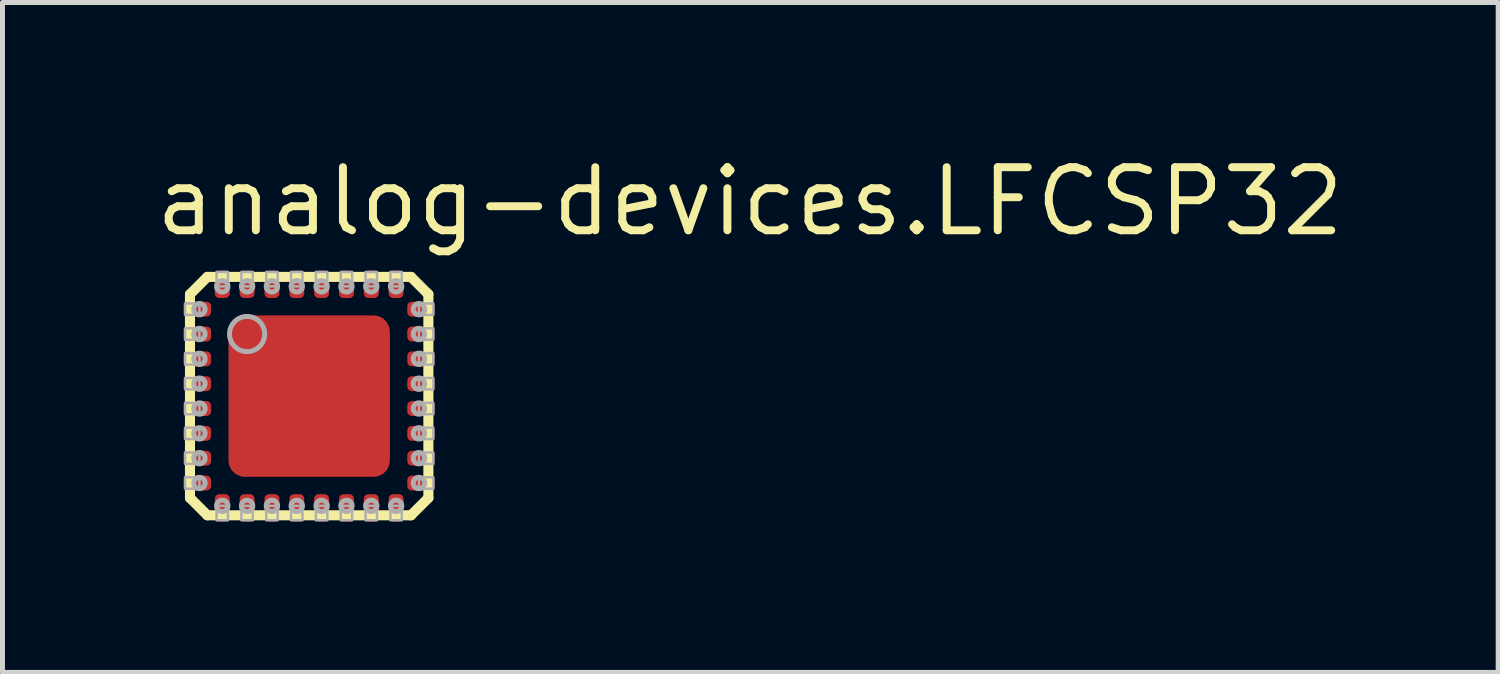
<source format=kicad_pcb>
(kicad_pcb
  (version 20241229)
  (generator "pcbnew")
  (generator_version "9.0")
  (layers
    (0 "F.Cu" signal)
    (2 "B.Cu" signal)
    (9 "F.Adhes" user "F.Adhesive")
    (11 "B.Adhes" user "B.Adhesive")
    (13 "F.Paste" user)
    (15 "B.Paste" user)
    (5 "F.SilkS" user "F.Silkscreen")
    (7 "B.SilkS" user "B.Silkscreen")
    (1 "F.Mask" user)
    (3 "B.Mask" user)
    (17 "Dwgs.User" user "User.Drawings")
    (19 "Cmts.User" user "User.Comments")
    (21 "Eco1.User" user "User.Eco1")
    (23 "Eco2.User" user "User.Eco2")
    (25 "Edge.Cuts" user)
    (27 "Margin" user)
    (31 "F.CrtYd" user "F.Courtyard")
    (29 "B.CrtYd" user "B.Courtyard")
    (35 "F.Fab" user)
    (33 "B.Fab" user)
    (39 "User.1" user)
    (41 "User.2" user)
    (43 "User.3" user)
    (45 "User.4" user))
  (footprint "analog-devices.LFCSP32"
    (layer "F.Cu")
    (at 3.175 4.925)
    (property "Reference" "analog-devices.LFCSP32" (at -3.175 -3.175 0) (layer "F.SilkS") (effects (font (size 1.27 1.27) (thickness 0.16)) (justify left bottom)))
    (attr smd)
    (fp_line (start -2.513 -1.887) (end -1.988 -1.887) (stroke (width 0.102) (type default)) (layer "F.Mask"))
    (fp_line (start -2.513 -1.613) (end -2.513 -1.887) (stroke (width 0.102) (type default)) (layer "F.Mask"))
    (fp_line (start -2.513 -1.387) (end -1.988 -1.387) (stroke (width 0.102) (type default)) (layer "F.Mask"))
    (fp_line (start -2.513 -1.113) (end -2.513 -1.387) (stroke (width 0.102) (type default)) (layer "F.Mask"))
    (fp_line (start -2.513 -0.887) (end -1.988 -0.887) (stroke (width 0.102) (type default)) (layer "F.Mask"))
    (fp_line (start -2.513 -0.613) (end -2.513 -0.887) (stroke (width 0.102) (type default)) (layer "F.Mask"))
    (fp_line (start -2.513 -0.388) (end -1.988 -0.388) (stroke (width 0.102) (type default)) (layer "F.Mask"))
    (fp_line (start -2.513 -0.113) (end -2.513 -0.388) (stroke (width 0.102) (type default)) (layer "F.Mask"))
    (fp_line (start -2.513 0.113) (end -1.988 0.113) (stroke (width 0.102) (type default)) (layer "F.Mask"))
    (fp_line (start -2.513 0.388) (end -2.513 0.113) (stroke (width 0.102) (type default)) (layer "F.Mask"))
    (fp_line (start -2.513 0.613) (end -1.988 0.613) (stroke (width 0.102) (type default)) (layer "F.Mask"))
    (fp_line (start -2.513 0.887) (end -2.513 0.613) (stroke (width 0.102) (type default)) (layer "F.Mask"))
    (fp_line (start -2.513 1.113) (end -1.988 1.113) (stroke (width 0.102) (type default)) (layer "F.Mask"))
    (fp_line (start -2.513 1.387) (end -2.513 1.113) (stroke (width 0.102) (type default)) (layer "F.Mask"))
    (fp_line (start -2.513 1.613) (end -1.988 1.613) (stroke (width 0.102) (type default)) (layer "F.Mask"))
    (fp_line (start -2.513 1.887) (end -2.513 1.613) (stroke (width 0.102) (type default)) (layer "F.Mask"))
    (fp_line (start -1.988 -1.887) (end -1.988 -1.613) (stroke (width 0.102) (type default)) (layer "F.Mask"))
    (fp_line (start -1.988 -1.613) (end -2.513 -1.613) (stroke (width 0.102) (type default)) (layer "F.Mask"))
    (fp_line (start -1.988 -1.387) (end -1.988 -1.113) (stroke (width 0.102) (type default)) (layer "F.Mask"))
    (fp_line (start -1.988 -1.113) (end -2.513 -1.113) (stroke (width 0.102) (type default)) (layer "F.Mask"))
    (fp_line (start -1.988 -0.887) (end -1.988 -0.613) (stroke (width 0.102) (type default)) (layer "F.Mask"))
    (fp_line (start -1.988 -0.613) (end -2.513 -0.613) (stroke (width 0.102) (type default)) (layer "F.Mask"))
    (fp_line (start -1.988 -0.388) (end -1.988 -0.113) (stroke (width 0.102) (type default)) (layer "F.Mask"))
    (fp_line (start -1.988 -0.113) (end -2.513 -0.113) (stroke (width 0.102) (type default)) (layer "F.Mask"))
    (fp_line (start -1.988 0.113) (end -1.988 0.388) (stroke (width 0.102) (type default)) (layer "F.Mask"))
    (fp_line (start -1.988 0.388) (end -2.513 0.388) (stroke (width 0.102) (type default)) (layer "F.Mask"))
    (fp_line (start -1.988 0.613) (end -1.988 0.887) (stroke (width 0.102) (type default)) (layer "F.Mask"))
    (fp_line (start -1.988 0.887) (end -2.513 0.887) (stroke (width 0.102) (type default)) (layer "F.Mask"))
    (fp_line (start -1.988 1.113) (end -1.988 1.387) (stroke (width 0.102) (type default)) (layer "F.Mask"))
    (fp_line (start -1.988 1.387) (end -2.513 1.387) (stroke (width 0.102) (type default)) (layer "F.Mask"))
    (fp_line (start -1.988 1.613) (end -1.988 1.887) (stroke (width 0.102) (type default)) (layer "F.Mask"))
    (fp_line (start -1.988 1.887) (end -2.513 1.887) (stroke (width 0.102) (type default)) (layer "F.Mask"))
    (fp_line (start -1.887 -2.513) (end -1.613 -2.513) (stroke (width 0.102) (type default)) (layer "F.Mask"))
    (fp_line (start -1.887 -1.988) (end -1.887 -2.513) (stroke (width 0.102) (type default)) (layer "F.Mask"))
    (fp_line (start -1.887 1.988) (end -1.613 1.988) (stroke (width 0.102) (type default)) (layer "F.Mask"))
    (fp_line (start -1.887 2.513) (end -1.887 1.988) (stroke (width 0.102) (type default)) (layer "F.Mask"))
    (fp_line (start -1.613 -2.513) (end -1.613 -1.988) (stroke (width 0.102) (type default)) (layer "F.Mask"))
    (fp_line (start -1.613 -1.988) (end -1.887 -1.988) (stroke (width 0.102) (type default)) (layer "F.Mask"))
    (fp_line (start -1.613 1.988) (end -1.613 2.513) (stroke (width 0.102) (type default)) (layer "F.Mask"))
    (fp_line (start -1.613 2.513) (end -1.887 2.513) (stroke (width 0.102) (type default)) (layer "F.Mask"))
    (fp_line (start -1.387 -2.513) (end -1.113 -2.513) (stroke (width 0.102) (type default)) (layer "F.Mask"))
    (fp_line (start -1.387 -1.988) (end -1.387 -2.513) (stroke (width 0.102) (type default)) (layer "F.Mask"))
    (fp_line (start -1.387 1.988) (end -1.113 1.988) (stroke (width 0.102) (type default)) (layer "F.Mask"))
    (fp_line (start -1.387 2.513) (end -1.387 1.988) (stroke (width 0.102) (type default)) (layer "F.Mask"))
    (fp_line (start -1.113 -2.513) (end -1.113 -1.988) (stroke (width 0.102) (type default)) (layer "F.Mask"))
    (fp_line (start -1.113 -1.988) (end -1.387 -1.988) (stroke (width 0.102) (type default)) (layer "F.Mask"))
    (fp_line (start -1.113 1.988) (end -1.113 2.513) (stroke (width 0.102) (type default)) (layer "F.Mask"))
    (fp_line (start -1.113 2.513) (end -1.387 2.513) (stroke (width 0.102) (type default)) (layer "F.Mask"))
    (fp_line (start -0.887 -2.513) (end -0.613 -2.513) (stroke (width 0.102) (type default)) (layer "F.Mask"))
    (fp_line (start -0.887 -1.988) (end -0.887 -2.513) (stroke (width 0.102) (type default)) (layer "F.Mask"))
    (fp_line (start -0.887 1.988) (end -0.613 1.988) (stroke (width 0.102) (type default)) (layer "F.Mask"))
    (fp_line (start -0.887 2.513) (end -0.887 1.988) (stroke (width 0.102) (type default)) (layer "F.Mask"))
    (fp_line (start -0.613 -2.513) (end -0.613 -1.988) (stroke (width 0.102) (type default)) (layer "F.Mask"))
    (fp_line (start -0.613 -1.988) (end -0.887 -1.988) (stroke (width 0.102) (type default)) (layer "F.Mask"))
    (fp_line (start -0.613 1.988) (end -0.613 2.513) (stroke (width 0.102) (type default)) (layer "F.Mask"))
    (fp_line (start -0.613 2.513) (end -0.887 2.513) (stroke (width 0.102) (type default)) (layer "F.Mask"))
    (fp_line (start -0.388 -2.513) (end -0.113 -2.513) (stroke (width 0.102) (type default)) (layer "F.Mask"))
    (fp_line (start -0.388 -1.988) (end -0.388 -2.513) (stroke (width 0.102) (type default)) (layer "F.Mask"))
    (fp_line (start -0.388 1.988) (end -0.113 1.988) (stroke (width 0.102) (type default)) (layer "F.Mask"))
    (fp_line (start -0.388 2.513) (end -0.388 1.988) (stroke (width 0.102) (type default)) (layer "F.Mask"))
    (fp_line (start -0.113 -2.513) (end -0.113 -1.988) (stroke (width 0.102) (type default)) (layer "F.Mask"))
    (fp_line (start -0.113 -1.988) (end -0.388 -1.988) (stroke (width 0.102) (type default)) (layer "F.Mask"))
    (fp_line (start -0.113 1.988) (end -0.113 2.513) (stroke (width 0.102) (type default)) (layer "F.Mask"))
    (fp_line (start -0.113 2.513) (end -0.388 2.513) (stroke (width 0.102) (type default)) (layer "F.Mask"))
    (fp_line (start 0.113 -2.513) (end 0.388 -2.513) (stroke (width 0.102) (type default)) (layer "F.Mask"))
    (fp_line (start 0.113 -1.988) (end 0.113 -2.513) (stroke (width 0.102) (type default)) (layer "F.Mask"))
    (fp_line (start 0.113 1.988) (end 0.388 1.988) (stroke (width 0.102) (type default)) (layer "F.Mask"))
    (fp_line (start 0.113 2.513) (end 0.113 1.988) (stroke (width 0.102) (type default)) (layer "F.Mask"))
    (fp_line (start 0.388 -2.513) (end 0.388 -1.988) (stroke (width 0.102) (type default)) (layer "F.Mask"))
    (fp_line (start 0.388 -1.988) (end 0.113 -1.988) (stroke (width 0.102) (type default)) (layer "F.Mask"))
    (fp_line (start 0.388 1.988) (end 0.388 2.513) (stroke (width 0.102) (type default)) (layer "F.Mask"))
    (fp_line (start 0.388 2.513) (end 0.113 2.513) (stroke (width 0.102) (type default)) (layer "F.Mask"))
    (fp_line (start 0.613 -2.513) (end 0.887 -2.513) (stroke (width 0.102) (type default)) (layer "F.Mask"))
    (fp_line (start 0.613 -1.988) (end 0.613 -2.513) (stroke (width 0.102) (type default)) (layer "F.Mask"))
    (fp_line (start 0.613 1.988) (end 0.887 1.988) (stroke (width 0.102) (type default)) (layer "F.Mask"))
    (fp_line (start 0.613 2.513) (end 0.613 1.988) (stroke (width 0.102) (type default)) (layer "F.Mask"))
    (fp_line (start 0.887 -2.513) (end 0.887 -1.988) (stroke (width 0.102) (type default)) (layer "F.Mask"))
    (fp_line (start 0.887 -1.988) (end 0.613 -1.988) (stroke (width 0.102) (type default)) (layer "F.Mask"))
    (fp_line (start 0.887 1.988) (end 0.887 2.513) (stroke (width 0.102) (type default)) (layer "F.Mask"))
    (fp_line (start 0.887 2.513) (end 0.613 2.513) (stroke (width 0.102) (type default)) (layer "F.Mask"))
    (fp_line (start 1.113 -2.513) (end 1.387 -2.513) (stroke (width 0.102) (type default)) (layer "F.Mask"))
    (fp_line (start 1.113 -1.988) (end 1.113 -2.513) (stroke (width 0.102) (type default)) (layer "F.Mask"))
    (fp_line (start 1.113 1.988) (end 1.387 1.988) (stroke (width 0.102) (type default)) (layer "F.Mask"))
    (fp_line (start 1.113 2.513) (end 1.113 1.988) (stroke (width 0.102) (type default)) (layer "F.Mask"))
    (fp_line (start 1.387 -2.513) (end 1.387 -1.988) (stroke (width 0.102) (type default)) (layer "F.Mask"))
    (fp_line (start 1.387 -1.988) (end 1.113 -1.988) (stroke (width 0.102) (type default)) (layer "F.Mask"))
    (fp_line (start 1.387 1.988) (end 1.387 2.513) (stroke (width 0.102) (type default)) (layer "F.Mask"))
    (fp_line (start 1.387 2.513) (end 1.113 2.513) (stroke (width 0.102) (type default)) (layer "F.Mask"))
    (fp_line (start 1.613 -2.513) (end 1.887 -2.513) (stroke (width 0.102) (type default)) (layer "F.Mask"))
    (fp_line (start 1.613 -1.988) (end 1.613 -2.513) (stroke (width 0.102) (type default)) (layer "F.Mask"))
    (fp_line (start 1.613 1.988) (end 1.887 1.988) (stroke (width 0.102) (type default)) (layer "F.Mask"))
    (fp_line (start 1.613 2.513) (end 1.613 1.988) (stroke (width 0.102) (type default)) (layer "F.Mask"))
    (fp_line (start 1.887 -2.513) (end 1.887 -1.988) (stroke (width 0.102) (type default)) (layer "F.Mask"))
    (fp_line (start 1.887 -1.988) (end 1.613 -1.988) (stroke (width 0.102) (type default)) (layer "F.Mask"))
    (fp_line (start 1.887 1.988) (end 1.887 2.513) (stroke (width 0.102) (type default)) (layer "F.Mask"))
    (fp_line (start 1.887 2.513) (end 1.613 2.513) (stroke (width 0.102) (type default)) (layer "F.Mask"))
    (fp_line (start 1.988 -1.887) (end 2.513 -1.887) (stroke (width 0.102) (type default)) (layer "F.Mask"))
    (fp_line (start 1.988 -1.613) (end 1.988 -1.887) (stroke (width 0.102) (type default)) (layer "F.Mask"))
    (fp_line (start 1.988 -1.387) (end 2.513 -1.387) (stroke (width 0.102) (type default)) (layer "F.Mask"))
    (fp_line (start 1.988 -1.113) (end 1.988 -1.387) (stroke (width 0.102) (type default)) (layer "F.Mask"))
    (fp_line (start 1.988 -0.887) (end 2.513 -0.887) (stroke (width 0.102) (type default)) (layer "F.Mask"))
    (fp_line (start 1.988 -0.613) (end 1.988 -0.887) (stroke (width 0.102) (type default)) (layer "F.Mask"))
    (fp_line (start 1.988 -0.388) (end 2.513 -0.388) (stroke (width 0.102) (type default)) (layer "F.Mask"))
    (fp_line (start 1.988 -0.113) (end 1.988 -0.388) (stroke (width 0.102) (type default)) (layer "F.Mask"))
    (fp_line (start 1.988 0.113) (end 2.513 0.113) (stroke (width 0.102) (type default)) (layer "F.Mask"))
    (fp_line (start 1.988 0.388) (end 1.988 0.113) (stroke (width 0.102) (type default)) (layer "F.Mask"))
    (fp_line (start 1.988 0.613) (end 2.513 0.613) (stroke (width 0.102) (type default)) (layer "F.Mask"))
    (fp_line (start 1.988 0.887) (end 1.988 0.613) (stroke (width 0.102) (type default)) (layer "F.Mask"))
    (fp_line (start 1.988 1.113) (end 2.513 1.113) (stroke (width 0.102) (type default)) (layer "F.Mask"))
    (fp_line (start 1.988 1.387) (end 1.988 1.113) (stroke (width 0.102) (type default)) (layer "F.Mask"))
    (fp_line (start 1.988 1.613) (end 2.513 1.613) (stroke (width 0.102) (type default)) (layer "F.Mask"))
    (fp_line (start 1.988 1.887) (end 1.988 1.613) (stroke (width 0.102) (type default)) (layer "F.Mask"))
    (fp_line (start 2.513 -1.887) (end 2.513 -1.613) (stroke (width 0.102) (type default)) (layer "F.Mask"))
    (fp_line (start 2.513 -1.613) (end 1.988 -1.613) (stroke (width 0.102) (type default)) (layer "F.Mask"))
    (fp_line (start 2.513 -1.387) (end 2.513 -1.113) (stroke (width 0.102) (type default)) (layer "F.Mask"))
    (fp_line (start 2.513 -1.113) (end 1.988 -1.113) (stroke (width 0.102) (type default)) (layer "F.Mask"))
    (fp_line (start 2.513 -0.887) (end 2.513 -0.613) (stroke (width 0.102) (type default)) (layer "F.Mask"))
    (fp_line (start 2.513 -0.613) (end 1.988 -0.613) (stroke (width 0.102) (type default)) (layer "F.Mask"))
    (fp_line (start 2.513 -0.388) (end 2.513 -0.113) (stroke (width 0.102) (type default)) (layer "F.Mask"))
    (fp_line (start 2.513 -0.113) (end 1.988 -0.113) (stroke (width 0.102) (type default)) (layer "F.Mask"))
    (fp_line (start 2.513 0.113) (end 2.513 0.388) (stroke (width 0.102) (type default)) (layer "F.Mask"))
    (fp_line (start 2.513 0.388) (end 1.988 0.388) (stroke (width 0.102) (type default)) (layer "F.Mask"))
    (fp_line (start 2.513 0.613) (end 2.513 0.887) (stroke (width 0.102) (type default)) (layer "F.Mask"))
    (fp_line (start 2.513 0.887) (end 1.988 0.887) (stroke (width 0.102) (type default)) (layer "F.Mask"))
    (fp_line (start 2.513 1.113) (end 2.513 1.387) (stroke (width 0.102) (type default)) (layer "F.Mask"))
    (fp_line (start 2.513 1.387) (end 1.988 1.387) (stroke (width 0.102) (type default)) (layer "F.Mask"))
    (fp_line (start 2.513 1.613) (end 2.513 1.887) (stroke (width 0.102) (type default)) (layer "F.Mask"))
    (fp_line (start 2.513 1.887) (end 1.988 1.887) (stroke (width 0.102) (type default)) (layer "F.Mask"))
    (fp_rect (start -2.525 -1.6) (end -1.975 -1.9) (stroke (width 0.05) (type default)) (fill yes) (layer "F.Mask"))
    (fp_rect (start -2.525 -1.1) (end -1.975 -1.4) (stroke (width 0.05) (type default)) (fill yes) (layer "F.Mask"))
    (fp_rect (start -2.525 -0.6) (end -1.975 -0.9) (stroke (width 0.05) (type default)) (fill yes) (layer "F.Mask"))
    (fp_rect (start -2.525 -0.1) (end -1.975 -0.4) (stroke (width 0.05) (type default)) (fill yes) (layer "F.Mask"))
    (fp_rect (start -2.525 0.4) (end -1.975 0.1) (stroke (width 0.05) (type default)) (fill yes) (layer "F.Mask"))
    (fp_rect (start -2.525 0.9) (end -1.975 0.6) (stroke (width 0.05) (type default)) (fill yes) (layer "F.Mask"))
    (fp_rect (start -2.525 1.4) (end -1.975 1.1) (stroke (width 0.05) (type default)) (fill yes) (layer "F.Mask"))
    (fp_rect (start -2.525 1.9) (end -1.975 1.6) (stroke (width 0.05) (type default)) (fill yes) (layer "F.Mask"))
    (fp_rect (start -1.9 -1.975) (end -1.6 -2.525) (stroke (width 0.05) (type default)) (fill yes) (layer "F.Mask"))
    (fp_rect (start -1.9 2.525) (end -1.6 1.975) (stroke (width 0.05) (type default)) (fill yes) (layer "F.Mask"))
    (fp_rect (start -1.6 1.6) (end 1.6 -1.6) (stroke (width 0.05) (type default)) (fill yes) (layer "F.Mask"))
    (fp_rect (start -1.4 -1.975) (end -1.1 -2.525) (stroke (width 0.05) (type default)) (fill yes) (layer "F.Mask"))
    (fp_rect (start -1.4 2.525) (end -1.1 1.975) (stroke (width 0.05) (type default)) (fill yes) (layer "F.Mask"))
    (fp_rect (start -0.9 -1.975) (end -0.6 -2.525) (stroke (width 0.05) (type default)) (fill yes) (layer "F.Mask"))
    (fp_rect (start -0.9 2.525) (end -0.6 1.975) (stroke (width 0.05) (type default)) (fill yes) (layer "F.Mask"))
    (fp_rect (start -0.4 -1.975) (end -0.1 -2.525) (stroke (width 0.05) (type default)) (fill yes) (layer "F.Mask"))
    (fp_rect (start -0.4 2.525) (end -0.1 1.975) (stroke (width 0.05) (type default)) (fill yes) (layer "F.Mask"))
    (fp_rect (start 0.1 -1.975) (end 0.4 -2.525) (stroke (width 0.05) (type default)) (fill yes) (layer "F.Mask"))
    (fp_rect (start 0.1 2.525) (end 0.4 1.975) (stroke (width 0.05) (type default)) (fill yes) (layer "F.Mask"))
    (fp_rect (start 0.6 -1.975) (end 0.9 -2.525) (stroke (width 0.05) (type default)) (fill yes) (layer "F.Mask"))
    (fp_rect (start 0.6 2.525) (end 0.9 1.975) (stroke (width 0.05) (type default)) (fill yes) (layer "F.Mask"))
    (fp_rect (start 1.1 -1.975) (end 1.4 -2.525) (stroke (width 0.05) (type default)) (fill yes) (layer "F.Mask"))
    (fp_rect (start 1.1 2.525) (end 1.4 1.975) (stroke (width 0.05) (type default)) (fill yes) (layer "F.Mask"))
    (fp_rect (start 1.6 -1.975) (end 1.9 -2.525) (stroke (width 0.05) (type default)) (fill yes) (layer "F.Mask"))
    (fp_rect (start 1.6 2.525) (end 1.9 1.975) (stroke (width 0.05) (type default)) (fill yes) (layer "F.Mask"))
    (fp_rect (start 1.975 -1.6) (end 2.525 -1.9) (stroke (width 0.05) (type default)) (fill yes) (layer "F.Mask"))
    (fp_rect (start 1.975 -1.1) (end 2.525 -1.4) (stroke (width 0.05) (type default)) (fill yes) (layer "F.Mask"))
    (fp_rect (start 1.975 -0.6) (end 2.525 -0.9) (stroke (width 0.05) (type default)) (fill yes) (layer "F.Mask"))
    (fp_rect (start 1.975 -0.1) (end 2.525 -0.4) (stroke (width 0.05) (type default)) (fill yes) (layer "F.Mask"))
    (fp_rect (start 1.975 0.4) (end 2.525 0.1) (stroke (width 0.05) (type default)) (fill yes) (layer "F.Mask"))
    (fp_rect (start 1.975 0.9) (end 2.525 0.6) (stroke (width 0.05) (type default)) (fill yes) (layer "F.Mask"))
    (fp_rect (start 1.975 1.4) (end 2.525 1.1) (stroke (width 0.05) (type default)) (fill yes) (layer "F.Mask"))
    (fp_rect (start 1.975 1.9) (end 2.525 1.6) (stroke (width 0.05) (type default)) (fill yes) (layer "F.Mask"))
    (fp_line (start -2.4 -2.05) (end -2.05 -2.4) (stroke (width 0.203) (type default)) (layer "F.SilkS"))
    (fp_line (start -2.4 2.05) (end -2.4 -2.05) (stroke (width 0.203) (type default)) (layer "F.SilkS"))
    (fp_line (start -2.05 -2.4) (end 2.05 -2.4) (stroke (width 0.203) (type default)) (layer "F.SilkS"))
    (fp_line (start -2.05 2.4) (end -2.4 2.05) (stroke (width 0.203) (type default)) (layer "F.SilkS"))
    (fp_line (start 2.05 -2.4) (end 2.4 -2.05) (stroke (width 0.203) (type default)) (layer "F.SilkS"))
    (fp_line (start 2.05 2.4) (end -2.05 2.4) (stroke (width 0.203) (type default)) (layer "F.SilkS"))
    (fp_line (start 2.4 -2.05) (end 2.4 2.05) (stroke (width 0.203) (type default)) (layer "F.SilkS"))
    (fp_line (start 2.4 2.05) (end 2.05 2.4) (stroke (width 0.203) (type default)) (layer "F.SilkS"))
    (fp_line (start -2.475 -1.85) (end -2.025 -1.85) (stroke (width 0.102) (type default)) (layer "F.Paste"))
    (fp_line (start -2.475 -1.65) (end -2.475 -1.85) (stroke (width 0.102) (type default)) (layer "F.Paste"))
    (fp_line (start -2.475 -1.35) (end -2.025 -1.35) (stroke (width 0.102) (type default)) (layer "F.Paste"))
    (fp_line (start -2.475 -1.15) (end -2.475 -1.35) (stroke (width 0.102) (type default)) (layer "F.Paste"))
    (fp_line (start -2.475 -0.85) (end -2.025 -0.85) (stroke (width 0.102) (type default)) (layer "F.Paste"))
    (fp_line (start -2.475 -0.65) (end -2.475 -0.85) (stroke (width 0.102) (type default)) (layer "F.Paste"))
    (fp_line (start -2.475 -0.35) (end -2.025 -0.35) (stroke (width 0.102) (type default)) (layer "F.Paste"))
    (fp_line (start -2.475 -0.15) (end -2.475 -0.35) (stroke (width 0.102) (type default)) (layer "F.Paste"))
    (fp_line (start -2.475 0.15) (end -2.025 0.15) (stroke (width 0.102) (type default)) (layer "F.Paste"))
    (fp_line (start -2.475 0.35) (end -2.475 0.15) (stroke (width 0.102) (type default)) (layer "F.Paste"))
    (fp_line (start -2.475 0.65) (end -2.025 0.65) (stroke (width 0.102) (type default)) (layer "F.Paste"))
    (fp_line (start -2.475 0.85) (end -2.475 0.65) (stroke (width 0.102) (type default)) (layer "F.Paste"))
    (fp_line (start -2.475 1.15) (end -2.025 1.15) (stroke (width 0.102) (type default)) (layer "F.Paste"))
    (fp_line (start -2.475 1.35) (end -2.475 1.15) (stroke (width 0.102) (type default)) (layer "F.Paste"))
    (fp_line (start -2.475 1.65) (end -2.025 1.65) (stroke (width 0.102) (type default)) (layer "F.Paste"))
    (fp_line (start -2.475 1.85) (end -2.475 1.65) (stroke (width 0.102) (type default)) (layer "F.Paste"))
    (fp_line (start -2.025 -1.85) (end -2.025 -1.65) (stroke (width 0.102) (type default)) (layer "F.Paste"))
    (fp_line (start -2.025 -1.65) (end -2.475 -1.65) (stroke (width 0.102) (type default)) (layer "F.Paste"))
    (fp_line (start -2.025 -1.35) (end -2.025 -1.15) (stroke (width 0.102) (type default)) (layer "F.Paste"))
    (fp_line (start -2.025 -1.15) (end -2.475 -1.15) (stroke (width 0.102) (type default)) (layer "F.Paste"))
    (fp_line (start -2.025 -0.85) (end -2.025 -0.65) (stroke (width 0.102) (type default)) (layer "F.Paste"))
    (fp_line (start -2.025 -0.65) (end -2.475 -0.65) (stroke (width 0.102) (type default)) (layer "F.Paste"))
    (fp_line (start -2.025 -0.35) (end -2.025 -0.15) (stroke (width 0.102) (type default)) (layer "F.Paste"))
    (fp_line (start -2.025 -0.15) (end -2.475 -0.15) (stroke (width 0.102) (type default)) (layer "F.Paste"))
    (fp_line (start -2.025 0.15) (end -2.025 0.35) (stroke (width 0.102) (type default)) (layer "F.Paste"))
    (fp_line (start -2.025 0.35) (end -2.475 0.35) (stroke (width 0.102) (type default)) (layer "F.Paste"))
    (fp_line (start -2.025 0.65) (end -2.025 0.85) (stroke (width 0.102) (type default)) (layer "F.Paste"))
    (fp_line (start -2.025 0.85) (end -2.475 0.85) (stroke (width 0.102) (type default)) (layer "F.Paste"))
    (fp_line (start -2.025 1.15) (end -2.025 1.35) (stroke (width 0.102) (type default)) (layer "F.Paste"))
    (fp_line (start -2.025 1.35) (end -2.475 1.35) (stroke (width 0.102) (type default)) (layer "F.Paste"))
    (fp_line (start -2.025 1.65) (end -2.025 1.85) (stroke (width 0.102) (type default)) (layer "F.Paste"))
    (fp_line (start -2.025 1.85) (end -2.475 1.85) (stroke (width 0.102) (type default)) (layer "F.Paste"))
    (fp_line (start -1.85 -2.475) (end -1.65 -2.475) (stroke (width 0.102) (type default)) (layer "F.Paste"))
    (fp_line (start -1.85 -2.025) (end -1.85 -2.475) (stroke (width 0.102) (type default)) (layer "F.Paste"))
    (fp_line (start -1.85 2.025) (end -1.65 2.025) (stroke (width 0.102) (type default)) (layer "F.Paste"))
    (fp_line (start -1.85 2.475) (end -1.85 2.025) (stroke (width 0.102) (type default)) (layer "F.Paste"))
    (fp_line (start -1.65 -2.475) (end -1.65 -2.025) (stroke (width 0.102) (type default)) (layer "F.Paste"))
    (fp_line (start -1.65 -2.025) (end -1.85 -2.025) (stroke (width 0.102) (type default)) (layer "F.Paste"))
    (fp_line (start -1.65 2.025) (end -1.65 2.475) (stroke (width 0.102) (type default)) (layer "F.Paste"))
    (fp_line (start -1.65 2.475) (end -1.85 2.475) (stroke (width 0.102) (type default)) (layer "F.Paste"))
    (fp_line (start -1.35 -2.475) (end -1.15 -2.475) (stroke (width 0.102) (type default)) (layer "F.Paste"))
    (fp_line (start -1.35 -2.025) (end -1.35 -2.475) (stroke (width 0.102) (type default)) (layer "F.Paste"))
    (fp_line (start -1.35 2.025) (end -1.15 2.025) (stroke (width 0.102) (type default)) (layer "F.Paste"))
    (fp_line (start -1.35 2.475) (end -1.35 2.025) (stroke (width 0.102) (type default)) (layer "F.Paste"))
    (fp_line (start -1.15 -2.475) (end -1.15 -2.025) (stroke (width 0.102) (type default)) (layer "F.Paste"))
    (fp_line (start -1.15 -2.025) (end -1.35 -2.025) (stroke (width 0.102) (type default)) (layer "F.Paste"))
    (fp_line (start -1.15 2.025) (end -1.15 2.475) (stroke (width 0.102) (type default)) (layer "F.Paste"))
    (fp_line (start -1.15 2.475) (end -1.35 2.475) (stroke (width 0.102) (type default)) (layer "F.Paste"))
    (fp_line (start -0.85 -2.475) (end -0.65 -2.475) (stroke (width 0.102) (type default)) (layer "F.Paste"))
    (fp_line (start -0.85 -2.025) (end -0.85 -2.475) (stroke (width 0.102) (type default)) (layer "F.Paste"))
    (fp_line (start -0.85 2.025) (end -0.65 2.025) (stroke (width 0.102) (type default)) (layer "F.Paste"))
    (fp_line (start -0.85 2.475) (end -0.85 2.025) (stroke (width 0.102) (type default)) (layer "F.Paste"))
    (fp_line (start -0.65 -2.475) (end -0.65 -2.025) (stroke (width 0.102) (type default)) (layer "F.Paste"))
    (fp_line (start -0.65 -2.025) (end -0.85 -2.025) (stroke (width 0.102) (type default)) (layer "F.Paste"))
    (fp_line (start -0.65 2.025) (end -0.65 2.475) (stroke (width 0.102) (type default)) (layer "F.Paste"))
    (fp_line (start -0.65 2.475) (end -0.85 2.475) (stroke (width 0.102) (type default)) (layer "F.Paste"))
    (fp_line (start -0.35 -2.475) (end -0.15 -2.475) (stroke (width 0.102) (type default)) (layer "F.Paste"))
    (fp_line (start -0.35 -2.025) (end -0.35 -2.475) (stroke (width 0.102) (type default)) (layer "F.Paste"))
    (fp_line (start -0.35 2.025) (end -0.15 2.025) (stroke (width 0.102) (type default)) (layer "F.Paste"))
    (fp_line (start -0.35 2.475) (end -0.35 2.025) (stroke (width 0.102) (type default)) (layer "F.Paste"))
    (fp_line (start -0.15 -2.475) (end -0.15 -2.025) (stroke (width 0.102) (type default)) (layer "F.Paste"))
    (fp_line (start -0.15 -2.025) (end -0.35 -2.025) (stroke (width 0.102) (type default)) (layer "F.Paste"))
    (fp_line (start -0.15 2.025) (end -0.15 2.475) (stroke (width 0.102) (type default)) (layer "F.Paste"))
    (fp_line (start -0.15 2.475) (end -0.35 2.475) (stroke (width 0.102) (type default)) (layer "F.Paste"))
    (fp_line (start 0.15 -2.475) (end 0.35 -2.475) (stroke (width 0.102) (type default)) (layer "F.Paste"))
    (fp_line (start 0.15 -2.025) (end 0.15 -2.475) (stroke (width 0.102) (type default)) (layer "F.Paste"))
    (fp_line (start 0.15 2.025) (end 0.35 2.025) (stroke (width 0.102) (type default)) (layer "F.Paste"))
    (fp_line (start 0.15 2.475) (end 0.15 2.025) (stroke (width 0.102) (type default)) (layer "F.Paste"))
    (fp_line (start 0.35 -2.475) (end 0.35 -2.025) (stroke (width 0.102) (type default)) (layer "F.Paste"))
    (fp_line (start 0.35 -2.025) (end 0.15 -2.025) (stroke (width 0.102) (type default)) (layer "F.Paste"))
    (fp_line (start 0.35 2.025) (end 0.35 2.475) (stroke (width 0.102) (type default)) (layer "F.Paste"))
    (fp_line (start 0.35 2.475) (end 0.15 2.475) (stroke (width 0.102) (type default)) (layer "F.Paste"))
    (fp_line (start 0.65 -2.475) (end 0.85 -2.475) (stroke (width 0.102) (type default)) (layer "F.Paste"))
    (fp_line (start 0.65 -2.025) (end 0.65 -2.475) (stroke (width 0.102) (type default)) (layer "F.Paste"))
    (fp_line (start 0.65 2.025) (end 0.85 2.025) (stroke (width 0.102) (type default)) (layer "F.Paste"))
    (fp_line (start 0.65 2.475) (end 0.65 2.025) (stroke (width 0.102) (type default)) (layer "F.Paste"))
    (fp_line (start 0.85 -2.475) (end 0.85 -2.025) (stroke (width 0.102) (type default)) (layer "F.Paste"))
    (fp_line (start 0.85 -2.025) (end 0.65 -2.025) (stroke (width 0.102) (type default)) (layer "F.Paste"))
    (fp_line (start 0.85 2.025) (end 0.85 2.475) (stroke (width 0.102) (type default)) (layer "F.Paste"))
    (fp_line (start 0.85 2.475) (end 0.65 2.475) (stroke (width 0.102) (type default)) (layer "F.Paste"))
    (fp_line (start 1.15 -2.475) (end 1.35 -2.475) (stroke (width 0.102) (type default)) (layer "F.Paste"))
    (fp_line (start 1.15 -2.025) (end 1.15 -2.475) (stroke (width 0.102) (type default)) (layer "F.Paste"))
    (fp_line (start 1.15 2.025) (end 1.35 2.025) (stroke (width 0.102) (type default)) (layer "F.Paste"))
    (fp_line (start 1.15 2.475) (end 1.15 2.025) (stroke (width 0.102) (type default)) (layer "F.Paste"))
    (fp_line (start 1.35 -2.475) (end 1.35 -2.025) (stroke (width 0.102) (type default)) (layer "F.Paste"))
    (fp_line (start 1.35 -2.025) (end 1.15 -2.025) (stroke (width 0.102) (type default)) (layer "F.Paste"))
    (fp_line (start 1.35 2.025) (end 1.35 2.475) (stroke (width 0.102) (type default)) (layer "F.Paste"))
    (fp_line (start 1.35 2.475) (end 1.15 2.475) (stroke (width 0.102) (type default)) (layer "F.Paste"))
    (fp_line (start 1.65 -2.475) (end 1.85 -2.475) (stroke (width 0.102) (type default)) (layer "F.Paste"))
    (fp_line (start 1.65 -2.025) (end 1.65 -2.475) (stroke (width 0.102) (type default)) (layer "F.Paste"))
    (fp_line (start 1.65 2.025) (end 1.85 2.025) (stroke (width 0.102) (type default)) (layer "F.Paste"))
    (fp_line (start 1.65 2.475) (end 1.65 2.025) (stroke (width 0.102) (type default)) (layer "F.Paste"))
    (fp_line (start 1.85 -2.475) (end 1.85 -2.025) (stroke (width 0.102) (type default)) (layer "F.Paste"))
    (fp_line (start 1.85 -2.025) (end 1.65 -2.025) (stroke (width 0.102) (type default)) (layer "F.Paste"))
    (fp_line (start 1.85 2.025) (end 1.85 2.475) (stroke (width 0.102) (type default)) (layer "F.Paste"))
    (fp_line (start 1.85 2.475) (end 1.65 2.475) (stroke (width 0.102) (type default)) (layer "F.Paste"))
    (fp_line (start 2.025 -1.85) (end 2.475 -1.85) (stroke (width 0.102) (type default)) (layer "F.Paste"))
    (fp_line (start 2.025 -1.65) (end 2.025 -1.85) (stroke (width 0.102) (type default)) (layer "F.Paste"))
    (fp_line (start 2.025 -1.35) (end 2.475 -1.35) (stroke (width 0.102) (type default)) (layer "F.Paste"))
    (fp_line (start 2.025 -1.15) (end 2.025 -1.35) (stroke (width 0.102) (type default)) (layer "F.Paste"))
    (fp_line (start 2.025 -0.85) (end 2.475 -0.85) (stroke (width 0.102) (type default)) (layer "F.Paste"))
    (fp_line (start 2.025 -0.65) (end 2.025 -0.85) (stroke (width 0.102) (type default)) (layer "F.Paste"))
    (fp_line (start 2.025 -0.35) (end 2.475 -0.35) (stroke (width 0.102) (type default)) (layer "F.Paste"))
    (fp_line (start 2.025 -0.15) (end 2.025 -0.35) (stroke (width 0.102) (type default)) (layer "F.Paste"))
    (fp_line (start 2.025 0.15) (end 2.475 0.15) (stroke (width 0.102) (type default)) (layer "F.Paste"))
    (fp_line (start 2.025 0.35) (end 2.025 0.15) (stroke (width 0.102) (type default)) (layer "F.Paste"))
    (fp_line (start 2.025 0.65) (end 2.475 0.65) (stroke (width 0.102) (type default)) (layer "F.Paste"))
    (fp_line (start 2.025 0.85) (end 2.025 0.65) (stroke (width 0.102) (type default)) (layer "F.Paste"))
    (fp_line (start 2.025 1.15) (end 2.475 1.15) (stroke (width 0.102) (type default)) (layer "F.Paste"))
    (fp_line (start 2.025 1.35) (end 2.025 1.15) (stroke (width 0.102) (type default)) (layer "F.Paste"))
    (fp_line (start 2.025 1.65) (end 2.475 1.65) (stroke (width 0.102) (type default)) (layer "F.Paste"))
    (fp_line (start 2.025 1.85) (end 2.025 1.65) (stroke (width 0.102) (type default)) (layer "F.Paste"))
    (fp_line (start 2.475 -1.85) (end 2.475 -1.65) (stroke (width 0.102) (type default)) (layer "F.Paste"))
    (fp_line (start 2.475 -1.65) (end 2.025 -1.65) (stroke (width 0.102) (type default)) (layer "F.Paste"))
    (fp_line (start 2.475 -1.35) (end 2.475 -1.15) (stroke (width 0.102) (type default)) (layer "F.Paste"))
    (fp_line (start 2.475 -1.15) (end 2.025 -1.15) (stroke (width 0.102) (type default)) (layer "F.Paste"))
    (fp_line (start 2.475 -0.85) (end 2.475 -0.65) (stroke (width 0.102) (type default)) (layer "F.Paste"))
    (fp_line (start 2.475 -0.65) (end 2.025 -0.65) (stroke (width 0.102) (type default)) (layer "F.Paste"))
    (fp_line (start 2.475 -0.35) (end 2.475 -0.15) (stroke (width 0.102) (type default)) (layer "F.Paste"))
    (fp_line (start 2.475 -0.15) (end 2.025 -0.15) (stroke (width 0.102) (type default)) (layer "F.Paste"))
    (fp_line (start 2.475 0.15) (end 2.475 0.35) (stroke (width 0.102) (type default)) (layer "F.Paste"))
    (fp_line (start 2.475 0.35) (end 2.025 0.35) (stroke (width 0.102) (type default)) (layer "F.Paste"))
    (fp_line (start 2.475 0.65) (end 2.475 0.85) (stroke (width 0.102) (type default)) (layer "F.Paste"))
    (fp_line (start 2.475 0.85) (end 2.025 0.85) (stroke (width 0.102) (type default)) (layer "F.Paste"))
    (fp_line (start 2.475 1.15) (end 2.475 1.35) (stroke (width 0.102) (type default)) (layer "F.Paste"))
    (fp_line (start 2.475 1.35) (end 2.025 1.35) (stroke (width 0.102) (type default)) (layer "F.Paste"))
    (fp_line (start 2.475 1.65) (end 2.475 1.85) (stroke (width 0.102) (type default)) (layer "F.Paste"))
    (fp_line (start 2.475 1.85) (end 2.025 1.85) (stroke (width 0.102) (type default)) (layer "F.Paste"))
    (fp_rect (start -2.5 -1.625) (end -2 -1.875) (stroke (width 0.05) (type default)) (fill yes) (layer "F.Paste"))
    (fp_rect (start -2.5 -1.125) (end -2 -1.375) (stroke (width 0.05) (type default)) (fill yes) (layer "F.Paste"))
    (fp_rect (start -2.5 -0.625) (end -2 -0.875) (stroke (width 0.05) (type default)) (fill yes) (layer "F.Paste"))
    (fp_rect (start -2.5 -0.125) (end -2 -0.375) (stroke (width 0.05) (type default)) (fill yes) (layer "F.Paste"))
    (fp_rect (start -2.5 0.375) (end -2 0.125) (stroke (width 0.05) (type default)) (fill yes) (layer "F.Paste"))
    (fp_rect (start -2.5 0.875) (end -2 0.625) (stroke (width 0.05) (type default)) (fill yes) (layer "F.Paste"))
    (fp_rect (start -2.5 1.375) (end -2 1.125) (stroke (width 0.05) (type default)) (fill yes) (layer "F.Paste"))
    (fp_rect (start -2.5 1.875) (end -2 1.625) (stroke (width 0.05) (type default)) (fill yes) (layer "F.Paste"))
    (fp_rect (start -1.875 -2) (end -1.625 -2.5) (stroke (width 0.05) (type default)) (fill yes) (layer "F.Paste"))
    (fp_rect (start -1.875 2.5) (end -1.625 2) (stroke (width 0.05) (type default)) (fill yes) (layer "F.Paste"))
    (fp_rect (start -1.525 1.525) (end 1.525 -1.525) (stroke (width 0.05) (type default)) (fill yes) (layer "F.Paste"))
    (fp_rect (start -1.375 -2) (end -1.125 -2.5) (stroke (width 0.05) (type default)) (fill yes) (layer "F.Paste"))
    (fp_rect (start -1.375 2.5) (end -1.125 2) (stroke (width 0.05) (type default)) (fill yes) (layer "F.Paste"))
    (fp_rect (start -0.875 -2) (end -0.625 -2.5) (stroke (width 0.05) (type default)) (fill yes) (layer "F.Paste"))
    (fp_rect (start -0.875 2.5) (end -0.625 2) (stroke (width 0.05) (type default)) (fill yes) (layer "F.Paste"))
    (fp_rect (start -0.375 -2) (end -0.125 -2.5) (stroke (width 0.05) (type default)) (fill yes) (layer "F.Paste"))
    (fp_rect (start -0.375 2.5) (end -0.125 2) (stroke (width 0.05) (type default)) (fill yes) (layer "F.Paste"))
    (fp_rect (start 0.125 -2) (end 0.375 -2.5) (stroke (width 0.05) (type default)) (fill yes) (layer "F.Paste"))
    (fp_rect (start 0.125 2.5) (end 0.375 2) (stroke (width 0.05) (type default)) (fill yes) (layer "F.Paste"))
    (fp_rect (start 0.625 -2) (end 0.875 -2.5) (stroke (width 0.05) (type default)) (fill yes) (layer "F.Paste"))
    (fp_rect (start 0.625 2.5) (end 0.875 2) (stroke (width 0.05) (type default)) (fill yes) (layer "F.Paste"))
    (fp_rect (start 1.125 -2) (end 1.375 -2.5) (stroke (width 0.05) (type default)) (fill yes) (layer "F.Paste"))
    (fp_rect (start 1.125 2.5) (end 1.375 2) (stroke (width 0.05) (type default)) (fill yes) (layer "F.Paste"))
    (fp_rect (start 1.625 -2) (end 1.875 -2.5) (stroke (width 0.05) (type default)) (fill yes) (layer "F.Paste"))
    (fp_rect (start 1.625 2.5) (end 1.875 2) (stroke (width 0.05) (type default)) (fill yes) (layer "F.Paste"))
    (fp_rect (start 2 -1.625) (end 2.5 -1.875) (stroke (width 0.05) (type default)) (fill yes) (layer "F.Paste"))
    (fp_rect (start 2 -1.125) (end 2.5 -1.375) (stroke (width 0.05) (type default)) (fill yes) (layer "F.Paste"))
    (fp_rect (start 2 -0.625) (end 2.5 -0.875) (stroke (width 0.05) (type default)) (fill yes) (layer "F.Paste"))
    (fp_rect (start 2 -0.125) (end 2.5 -0.375) (stroke (width 0.05) (type default)) (fill yes) (layer "F.Paste"))
    (fp_rect (start 2 0.375) (end 2.5 0.125) (stroke (width 0.05) (type default)) (fill yes) (layer "F.Paste"))
    (fp_rect (start 2 0.875) (end 2.5 0.625) (stroke (width 0.05) (type default)) (fill yes) (layer "F.Paste"))
    (fp_rect (start 2 1.375) (end 2.5 1.125) (stroke (width 0.05) (type default)) (fill yes) (layer "F.Paste"))
    (fp_rect (start 2 1.875) (end 2.5 1.625) (stroke (width 0.05) (type default)) (fill yes) (layer "F.Paste"))
    (fp_rect (start -2.5 -1.635) (end -2.21 -1.865) (stroke (width 0.05) (type default)) (fill no) (layer "F.Fab"))
    (fp_rect (start -2.5 -1.135) (end -2.21 -1.365) (stroke (width 0.05) (type default)) (fill no) (layer "F.Fab"))
    (fp_rect (start -2.5 -0.635) (end -2.21 -0.865) (stroke (width 0.05) (type default)) (fill no) (layer "F.Fab"))
    (fp_rect (start -2.5 -0.135) (end -2.21 -0.365) (stroke (width 0.05) (type default)) (fill no) (layer "F.Fab"))
    (fp_rect (start -2.5 0.365) (end -2.21 0.135) (stroke (width 0.05) (type default)) (fill no) (layer "F.Fab"))
    (fp_rect (start -2.5 0.865) (end -2.21 0.635) (stroke (width 0.05) (type default)) (fill no) (layer "F.Fab"))
    (fp_rect (start -2.5 1.365) (end -2.21 1.135) (stroke (width 0.05) (type default)) (fill no) (layer "F.Fab"))
    (fp_rect (start -2.5 1.865) (end -2.21 1.635) (stroke (width 0.05) (type default)) (fill no) (layer "F.Fab"))
    (fp_rect (start -1.865 -2.21) (end -1.635 -2.5) (stroke (width 0.05) (type default)) (fill no) (layer "F.Fab"))
    (fp_rect (start -1.865 2.5) (end -1.635 2.21) (stroke (width 0.05) (type default)) (fill no) (layer "F.Fab"))
    (fp_rect (start -1.365 -2.21) (end -1.135 -2.5) (stroke (width 0.05) (type default)) (fill no) (layer "F.Fab"))
    (fp_rect (start -1.365 2.5) (end -1.135 2.21) (stroke (width 0.05) (type default)) (fill no) (layer "F.Fab"))
    (fp_rect (start -0.865 -2.21) (end -0.635 -2.5) (stroke (width 0.05) (type default)) (fill no) (layer "F.Fab"))
    (fp_rect (start -0.865 2.5) (end -0.635 2.21) (stroke (width 0.05) (type default)) (fill no) (layer "F.Fab"))
    (fp_rect (start -0.365 -2.21) (end -0.135 -2.5) (stroke (width 0.05) (type default)) (fill no) (layer "F.Fab"))
    (fp_rect (start -0.365 2.5) (end -0.135 2.21) (stroke (width 0.05) (type default)) (fill no) (layer "F.Fab"))
    (fp_rect (start 0.135 -2.21) (end 0.365 -2.5) (stroke (width 0.05) (type default)) (fill no) (layer "F.Fab"))
    (fp_rect (start 0.135 2.5) (end 0.365 2.21) (stroke (width 0.05) (type default)) (fill no) (layer "F.Fab"))
    (fp_rect (start 0.635 -2.21) (end 0.865 -2.5) (stroke (width 0.05) (type default)) (fill no) (layer "F.Fab"))
    (fp_rect (start 0.635 2.5) (end 0.865 2.21) (stroke (width 0.05) (type default)) (fill no) (layer "F.Fab"))
    (fp_rect (start 1.135 -2.21) (end 1.365 -2.5) (stroke (width 0.05) (type default)) (fill no) (layer "F.Fab"))
    (fp_rect (start 1.135 2.5) (end 1.365 2.21) (stroke (width 0.05) (type default)) (fill no) (layer "F.Fab"))
    (fp_rect (start 1.635 -2.21) (end 1.865 -2.5) (stroke (width 0.05) (type default)) (fill no) (layer "F.Fab"))
    (fp_rect (start 1.635 2.5) (end 1.865 2.21) (stroke (width 0.05) (type default)) (fill no) (layer "F.Fab"))
    (fp_rect (start 2.21 -1.635) (end 2.5 -1.865) (stroke (width 0.05) (type default)) (fill no) (layer "F.Fab"))
    (fp_rect (start 2.21 -1.135) (end 2.5 -1.365) (stroke (width 0.05) (type default)) (fill no) (layer "F.Fab"))
    (fp_rect (start 2.21 -0.635) (end 2.5 -0.865) (stroke (width 0.05) (type default)) (fill no) (layer "F.Fab"))
    (fp_rect (start 2.21 -0.135) (end 2.5 -0.365) (stroke (width 0.05) (type default)) (fill no) (layer "F.Fab"))
    (fp_rect (start 2.21 0.365) (end 2.5 0.135) (stroke (width 0.05) (type default)) (fill no) (layer "F.Fab"))
    (fp_rect (start 2.21 0.865) (end 2.5 0.635) (stroke (width 0.05) (type default)) (fill no) (layer "F.Fab"))
    (fp_rect (start 2.21 1.365) (end 2.5 1.135) (stroke (width 0.05) (type default)) (fill no) (layer "F.Fab"))
    (fp_rect (start 2.21 1.865) (end 2.5 1.635) (stroke (width 0.05) (type default)) (fill no) (layer "F.Fab"))
    (fp_circle (center -2.21 -1.75) (end -2.095 -1.75) (stroke (width 0.1) (type default)) (fill no) (layer "F.Fab"))
    (fp_circle (center -2.21 -1.25) (end -2.095 -1.25) (stroke (width 0.1) (type default)) (fill no) (layer "F.Fab"))
    (fp_circle (center -2.21 -0.75) (end -2.095 -0.75) (stroke (width 0.1) (type default)) (fill no) (layer "F.Fab"))
    (fp_circle (center -2.21 -0.25) (end -2.095 -0.25) (stroke (width 0.1) (type default)) (fill no) (layer "F.Fab"))
    (fp_circle (center -2.21 0.25) (end -2.095 0.25) (stroke (width 0.1) (type default)) (fill no) (layer "F.Fab"))
    (fp_circle (center -2.21 0.75) (end -2.095 0.75) (stroke (width 0.1) (type default)) (fill no) (layer "F.Fab"))
    (fp_circle (center -2.21 1.25) (end -2.095 1.25) (stroke (width 0.1) (type default)) (fill no) (layer "F.Fab"))
    (fp_circle (center -2.21 1.75) (end -2.095 1.75) (stroke (width 0.1) (type default)) (fill no) (layer "F.Fab"))
    (fp_circle (center -1.75 -2.21) (end -1.635 -2.21) (stroke (width 0.1) (type default)) (fill no) (layer "F.Fab"))
    (fp_circle (center -1.75 2.21) (end -1.635 2.21) (stroke (width 0.1) (type default)) (fill no) (layer "F.Fab"))
    (fp_circle (center -1.25 -2.21) (end -1.135 -2.21) (stroke (width 0.1) (type default)) (fill no) (layer "F.Fab"))
    (fp_circle (center -1.25 -1.25) (end -0.896 -1.25) (stroke (width 0.1) (type default)) (fill no) (layer "F.Fab"))
    (fp_circle (center -1.25 2.21) (end -1.135 2.21) (stroke (width 0.1) (type default)) (fill no) (layer "F.Fab"))
    (fp_circle (center -0.75 -2.21) (end -0.635 -2.21) (stroke (width 0.1) (type default)) (fill no) (layer "F.Fab"))
    (fp_circle (center -0.75 2.21) (end -0.635 2.21) (stroke (width 0.1) (type default)) (fill no) (layer "F.Fab"))
    (fp_circle (center -0.25 -2.21) (end -0.135 -2.21) (stroke (width 0.1) (type default)) (fill no) (layer "F.Fab"))
    (fp_circle (center -0.25 2.21) (end -0.135 2.21) (stroke (width 0.1) (type default)) (fill no) (layer "F.Fab"))
    (fp_circle (center 0.25 -2.21) (end 0.365 -2.21) (stroke (width 0.1) (type default)) (fill no) (layer "F.Fab"))
    (fp_circle (center 0.25 2.21) (end 0.365 2.21) (stroke (width 0.1) (type default)) (fill no) (layer "F.Fab"))
    (fp_circle (center 0.75 -2.21) (end 0.865 -2.21) (stroke (width 0.1) (type default)) (fill no) (layer "F.Fab"))
    (fp_circle (center 0.75 2.21) (end 0.865 2.21) (stroke (width 0.1) (type default)) (fill no) (layer "F.Fab"))
    (fp_circle (center 1.25 -2.21) (end 1.365 -2.21) (stroke (width 0.1) (type default)) (fill no) (layer "F.Fab"))
    (fp_circle (center 1.25 2.21) (end 1.365 2.21) (stroke (width 0.1) (type default)) (fill no) (layer "F.Fab"))
    (fp_circle (center 1.75 -2.21) (end 1.865 -2.21) (stroke (width 0.1) (type default)) (fill no) (layer "F.Fab"))
    (fp_circle (center 1.75 2.21) (end 1.865 2.21) (stroke (width 0.1) (type default)) (fill no) (layer "F.Fab"))
    (fp_circle (center 2.21 -1.75) (end 2.325 -1.75) (stroke (width 0.1) (type default)) (fill no) (layer "F.Fab"))
    (fp_circle (center 2.21 -1.25) (end 2.325 -1.25) (stroke (width 0.1) (type default)) (fill no) (layer "F.Fab"))
    (fp_circle (center 2.21 -0.75) (end 2.325 -0.75) (stroke (width 0.1) (type default)) (fill no) (layer "F.Fab"))
    (fp_circle (center 2.21 -0.25) (end 2.325 -0.25) (stroke (width 0.1) (type default)) (fill no) (layer "F.Fab"))
    (fp_circle (center 2.21 0.25) (end 2.325 0.25) (stroke (width 0.1) (type default)) (fill no) (layer "F.Fab"))
    (fp_circle (center 2.21 0.75) (end 2.325 0.75) (stroke (width 0.1) (type default)) (fill no) (layer "F.Fab"))
    (fp_circle (center 2.21 1.25) (end 2.325 1.25) (stroke (width 0.1) (type default)) (fill no) (layer "F.Fab"))
    (fp_circle (center 2.21 1.75) (end 2.325 1.75) (stroke (width 0.1) (type default)) (fill no) (layer "F.Fab"))
    (pad "1" smd roundrect (at -2.25 -1.75) (size 0.55 0.3) (layers "F.Cu" "F.Mask" "F.Paste") (roundrect_rratio 0.3))
    (pad "2" smd roundrect (at -2.25 -1.25) (size 0.55 0.3) (layers "F.Cu" "F.Mask" "F.Paste") (roundrect_rratio 0.3))
    (pad "3" smd roundrect (at -2.25 -0.75) (size 0.55 0.3) (layers "F.Cu" "F.Mask" "F.Paste") (roundrect_rratio 0.3))
    (pad "4" smd roundrect (at -2.25 -0.25) (size 0.55 0.3) (layers "F.Cu" "F.Mask" "F.Paste") (roundrect_rratio 0.3))
    (pad "5" smd roundrect (at -2.25 0.25) (size 0.55 0.3) (layers "F.Cu" "F.Mask" "F.Paste") (roundrect_rratio 0.3))
    (pad "6" smd roundrect (at -2.25 0.75) (size 0.55 0.3) (layers "F.Cu" "F.Mask" "F.Paste") (roundrect_rratio 0.3))
    (pad "7" smd roundrect (at -2.25 1.25) (size 0.55 0.3) (layers "F.Cu" "F.Mask" "F.Paste") (roundrect_rratio 0.3))
    (pad "8" smd roundrect (at -2.25 1.75) (size 0.55 0.3) (layers "F.Cu" "F.Mask" "F.Paste") (roundrect_rratio 0.3))
    (pad "9" smd roundrect (at -1.75 2.25 90) (size 0.55 0.3) (layers "F.Cu" "F.Mask" "F.Paste") (roundrect_rratio 0.3))
    (pad "10" smd roundrect (at -1.25 2.25 90) (size 0.55 0.3) (layers "F.Cu" "F.Mask" "F.Paste") (roundrect_rratio 0.3))
    (pad "11" smd roundrect (at -0.75 2.25 90) (size 0.55 0.3) (layers "F.Cu" "F.Mask" "F.Paste") (roundrect_rratio 0.3))
    (pad "12" smd roundrect (at -0.25 2.25 90) (size 0.55 0.3) (layers "F.Cu" "F.Mask" "F.Paste") (roundrect_rratio 0.3))
    (pad "13" smd roundrect (at 0.25 2.25 90) (size 0.55 0.3) (layers "F.Cu" "F.Mask" "F.Paste") (roundrect_rratio 0.3))
    (pad "14" smd roundrect (at 0.75 2.25 90) (size 0.55 0.3) (layers "F.Cu" "F.Mask" "F.Paste") (roundrect_rratio 0.3))
    (pad "15" smd roundrect (at 1.25 2.25 90) (size 0.55 0.3) (layers "F.Cu" "F.Mask" "F.Paste") (roundrect_rratio 0.3))
    (pad "16" smd roundrect (at 1.75 2.25 90) (size 0.55 0.3) (layers "F.Cu" "F.Mask" "F.Paste") (roundrect_rratio 0.3))
    (pad "17" smd roundrect (at 2.25 1.75 180) (size 0.55 0.3) (layers "F.Cu" "F.Mask" "F.Paste") (roundrect_rratio 0.3))
    (pad "18" smd roundrect (at 2.25 1.25 180) (size 0.55 0.3) (layers "F.Cu" "F.Mask" "F.Paste") (roundrect_rratio 0.3))
    (pad "19" smd roundrect (at 2.25 0.75 180) (size 0.55 0.3) (layers "F.Cu" "F.Mask" "F.Paste") (roundrect_rratio 0.3))
    (pad "20" smd roundrect (at 2.25 0.25 180) (size 0.55 0.3) (layers "F.Cu" "F.Mask" "F.Paste") (roundrect_rratio 0.3))
    (pad "21" smd roundrect (at 2.25 -0.25 180) (size 0.55 0.3) (layers "F.Cu" "F.Mask" "F.Paste") (roundrect_rratio 0.3))
    (pad "22" smd roundrect (at 2.25 -0.75 180) (size 0.55 0.3) (layers "F.Cu" "F.Mask" "F.Paste") (roundrect_rratio 0.3))
    (pad "23" smd roundrect (at 2.25 -1.25 180) (size 0.55 0.3) (layers "F.Cu" "F.Mask" "F.Paste") (roundrect_rratio 0.3))
    (pad "24" smd roundrect (at 2.25 -1.75 180) (size 0.55 0.3) (layers "F.Cu" "F.Mask" "F.Paste") (roundrect_rratio 0.3))
    (pad "25" smd roundrect (at 1.75 -2.25 270) (size 0.55 0.3) (layers "F.Cu" "F.Mask" "F.Paste") (roundrect_rratio 0.3))
    (pad "26" smd roundrect (at 1.25 -2.25 270) (size 0.55 0.3) (layers "F.Cu" "F.Mask" "F.Paste") (roundrect_rratio 0.3))
    (pad "27" smd roundrect (at 0.75 -2.25 270) (size 0.55 0.3) (layers "F.Cu" "F.Mask" "F.Paste") (roundrect_rratio 0.3))
    (pad "28" smd roundrect (at 0.25 -2.25 270) (size 0.55 0.3) (layers "F.Cu" "F.Mask" "F.Paste") (roundrect_rratio 0.3))
    (pad "29" smd roundrect (at -0.25 -2.25 270) (size 0.55 0.3) (layers "F.Cu" "F.Mask" "F.Paste") (roundrect_rratio 0.3))
    (pad "30" smd roundrect (at -0.75 -2.25 270) (size 0.55 0.3) (layers "F.Cu" "F.Mask" "F.Paste") (roundrect_rratio 0.3))
    (pad "31" smd roundrect (at -1.25 -2.25 270) (size 0.55 0.3) (layers "F.Cu" "F.Mask" "F.Paste") (roundrect_rratio 0.3))
    (pad "32" smd roundrect (at -1.75 -2.25 270) (size 0.55 0.3) (layers "F.Cu" "F.Mask" "F.Paste") (roundrect_rratio 0.3))
    (pad "EXP" smd roundrect (at 0 0) (size 3.25 3.25) (layers "F.Cu" "F.Mask" "F.Paste") (roundrect_rratio 0.1)))
  (gr_rect
    (start -3 -3)
    (end 27.114 10.488)
    (stroke (width 0.1) (type default))
    (fill no)
    (layer "Edge.Cuts")))
</source>
